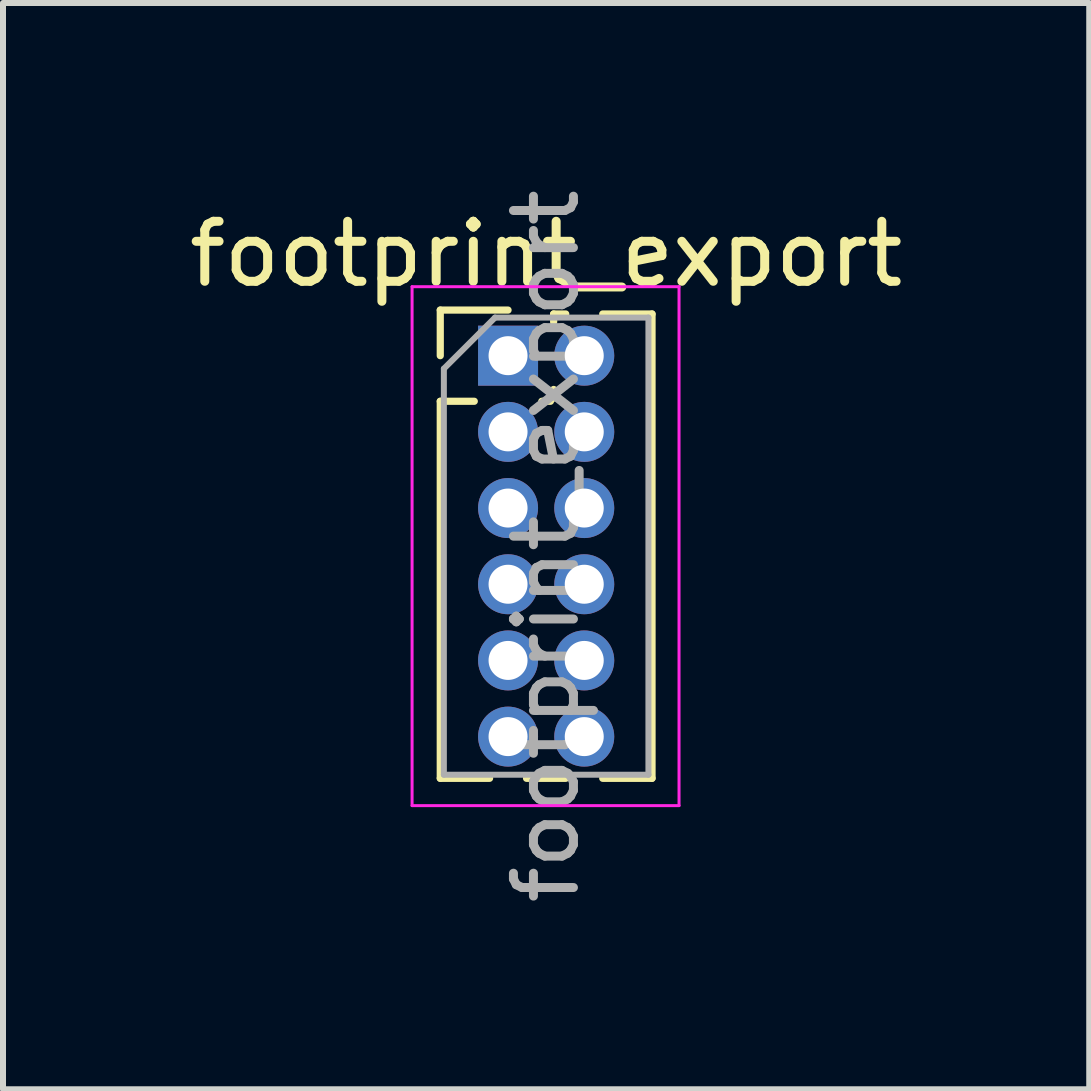
<source format=kicad_pcb>
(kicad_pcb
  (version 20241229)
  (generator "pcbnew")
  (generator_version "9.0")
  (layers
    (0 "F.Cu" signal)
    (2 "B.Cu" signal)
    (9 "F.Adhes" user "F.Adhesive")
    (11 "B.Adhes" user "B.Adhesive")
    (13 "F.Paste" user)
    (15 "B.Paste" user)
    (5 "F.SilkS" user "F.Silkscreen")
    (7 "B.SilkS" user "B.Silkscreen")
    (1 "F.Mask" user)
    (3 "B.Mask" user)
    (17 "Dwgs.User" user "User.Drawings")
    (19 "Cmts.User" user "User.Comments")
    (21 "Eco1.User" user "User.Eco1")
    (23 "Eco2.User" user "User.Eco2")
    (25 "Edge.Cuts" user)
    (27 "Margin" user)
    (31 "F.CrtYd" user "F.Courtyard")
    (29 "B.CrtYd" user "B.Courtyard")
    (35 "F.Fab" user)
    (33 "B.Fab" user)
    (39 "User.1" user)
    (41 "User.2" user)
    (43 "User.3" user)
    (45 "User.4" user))
  (footprint "footprint_export"
    (layer "F.Cu")
    (at 5.419 2.879)
    (property "Reference" "footprint_export" (at 0.635 -1.695 0) (layer "F.SilkS") (effects (font (size 1 1) (thickness 0.15))))
    (attr through_hole)
    (fp_line (start -1.13 -0.76) (end 0 -0.76) (stroke (width 0.12) (type solid)) (layer "F.SilkS"))
    (fp_line (start -1.13 0) (end -1.13 -0.76) (stroke (width 0.12) (type solid)) (layer "F.SilkS"))
    (fp_line (start -1.13 0.76) (end -1.13 7.045) (stroke (width 0.12) (type solid)) (layer "F.SilkS"))
    (fp_line (start -1.13 0.76) (end -0.563 0.76) (stroke (width 0.12) (type solid)) (layer "F.SilkS"))
    (fp_line (start -1.13 7.045) (end -0.308 7.045) (stroke (width 0.12) (type solid)) (layer "F.SilkS"))
    (fp_line (start 0.308 7.045) (end 0.962 7.045) (stroke (width 0.12) (type solid)) (layer "F.SilkS"))
    (fp_line (start 0.563 0.76) (end 0.707 0.76) (stroke (width 0.12) (type solid)) (layer "F.SilkS"))
    (fp_line (start 0.76 -0.695) (end 0.962 -0.695) (stroke (width 0.12) (type solid)) (layer "F.SilkS"))
    (fp_line (start 0.76 -0.563) (end 0.76 -0.695) (stroke (width 0.12) (type solid)) (layer "F.SilkS"))
    (fp_line (start 0.76 0.707) (end 0.76 0.563) (stroke (width 0.12) (type solid)) (layer "F.SilkS"))
    (fp_line (start 1.578 -0.695) (end 2.4 -0.695) (stroke (width 0.12) (type solid)) (layer "F.SilkS"))
    (fp_line (start 1.578 7.045) (end 2.4 7.045) (stroke (width 0.12) (type solid)) (layer "F.SilkS"))
    (fp_line (start 2.4 -0.695) (end 2.4 7.045) (stroke (width 0.12) (type solid)) (layer "F.SilkS"))
    (fp_line (start -1.6 -1.15) (end -1.6 7.5) (stroke (width 0.05) (type solid)) (layer "F.CrtYd"))
    (fp_line (start -1.6 7.5) (end 2.85 7.5) (stroke (width 0.05) (type solid)) (layer "F.CrtYd"))
    (fp_line (start 2.85 -1.15) (end -1.6 -1.15) (stroke (width 0.05) (type solid)) (layer "F.CrtYd"))
    (fp_line (start 2.85 7.5) (end 2.85 -1.15) (stroke (width 0.05) (type solid)) (layer "F.CrtYd"))
    (fp_line (start -1.07 0.217) (end -0.217 -0.635) (stroke (width 0.1) (type solid)) (layer "F.Fab"))
    (fp_line (start -1.07 6.985) (end -1.07 0.217) (stroke (width 0.1) (type solid)) (layer "F.Fab"))
    (fp_line (start -0.217 -0.635) (end 2.34 -0.635) (stroke (width 0.1) (type solid)) (layer "F.Fab"))
    (fp_line (start 2.34 -0.635) (end 2.34 6.985) (stroke (width 0.1) (type solid)) (layer "F.Fab"))
    (fp_line (start 2.34 6.985) (end -1.07 6.985) (stroke (width 0.1) (type solid)) (layer "F.Fab"))
    (fp_text user "${REFERENCE}" (at 0.635 3.175 90) (layer "F.Fab") (effects (font (size 1 1) (thickness 0.15))))
    (pad "1" thru_hole rect (at 0 0) (size 1 1) (drill 0.65) (layers "*.Cu" "*.Mask"))
    (pad "2" thru_hole oval (at 1.27 0) (size 1 1) (drill 0.65) (layers "*.Cu" "*.Mask"))
    (pad "3" thru_hole oval (at 0 1.27) (size 1 1) (drill 0.65) (layers "*.Cu" "*.Mask"))
    (pad "4" thru_hole oval (at 1.27 1.27) (size 1 1) (drill 0.65) (layers "*.Cu" "*.Mask"))
    (pad "5" thru_hole oval (at 0 2.54) (size 1 1) (drill 0.65) (layers "*.Cu" "*.Mask"))
    (pad "6" thru_hole oval (at 1.27 2.54) (size 1 1) (drill 0.65) (layers "*.Cu" "*.Mask"))
    (pad "7" thru_hole oval (at 0 3.81) (size 1 1) (drill 0.65) (layers "*.Cu" "*.Mask"))
    (pad "8" thru_hole oval (at 1.27 3.81) (size 1 1) (drill 0.65) (layers "*.Cu" "*.Mask"))
    (pad "9" thru_hole oval (at 0 5.08) (size 1 1) (drill 0.65) (layers "*.Cu" "*.Mask"))
    (pad "10" thru_hole oval (at 1.27 5.08) (size 1 1) (drill 0.65) (layers "*.Cu" "*.Mask"))
    (pad "11" thru_hole oval (at 0 6.35) (size 1 1) (drill 0.65) (layers "*.Cu" "*.Mask"))
    (pad "12" thru_hole oval (at 1.27 6.35) (size 1 1) (drill 0.65) (layers "*.Cu" "*.Mask")))
  (gr_rect
    (start -3 -3)
    (end 15.107 15.107)
    (stroke (width 0.1) (type default))
    (fill no)
    (layer "Edge.Cuts")))
</source>
